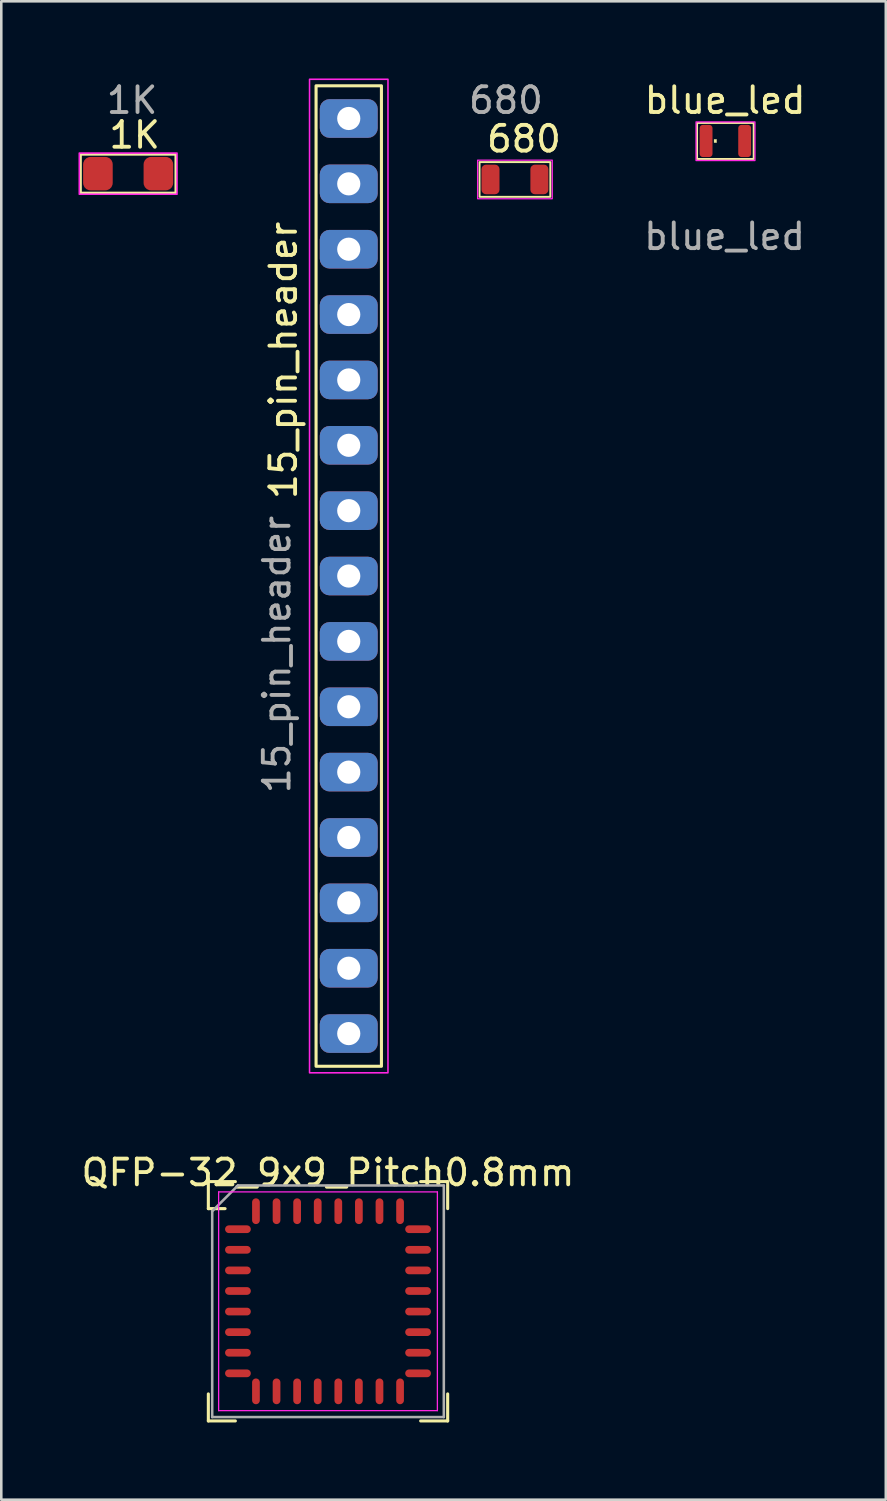
<source format=kicad_pcb>
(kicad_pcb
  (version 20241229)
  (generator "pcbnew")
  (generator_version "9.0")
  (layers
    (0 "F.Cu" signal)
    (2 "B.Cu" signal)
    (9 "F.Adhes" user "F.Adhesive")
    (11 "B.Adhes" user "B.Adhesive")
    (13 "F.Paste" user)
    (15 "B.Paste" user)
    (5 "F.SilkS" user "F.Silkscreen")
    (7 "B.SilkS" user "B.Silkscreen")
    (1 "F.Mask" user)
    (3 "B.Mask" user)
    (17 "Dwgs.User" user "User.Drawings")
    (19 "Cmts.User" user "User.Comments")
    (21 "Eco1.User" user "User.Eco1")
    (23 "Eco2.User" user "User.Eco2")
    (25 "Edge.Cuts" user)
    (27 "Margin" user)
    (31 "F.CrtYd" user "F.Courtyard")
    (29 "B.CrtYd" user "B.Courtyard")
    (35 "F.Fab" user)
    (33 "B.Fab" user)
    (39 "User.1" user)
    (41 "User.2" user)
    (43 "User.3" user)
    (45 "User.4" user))
  (footprint "680"
    (layer "F.Cu")
    (at 16.96 3.923)
    (property "Reference" "680" (at 0.35 -1.575 0) (unlocked yes) (layer "F.SilkS") (effects (font (size 1 1) (thickness 0.15))))
    (attr smd)
    (fp_rect (start 1.375 0.675) (end -1.375 -0.675) (stroke (width 0.075) (type solid)) (fill no) (layer "F.SilkS"))
    (fp_rect (start -1.45 -0.75) (end 1.45 0.75) (stroke (width 0.05) (type solid)) (fill no) (layer "F.CrtYd"))
    (fp_text user "${REFERENCE}" (at -0.35 -3.075 0) (unlocked yes) (layer "F.Fab") (effects (font (size 1 1) (thickness 0.15))))
    (pad "1" smd roundrect (at -0.95 0) (size 0.7 1.15) (layers "F.Cu" "F.Mask" "F.Paste") (roundrect_rratio 0.25))
    (pad "2" smd roundrect (at 0.95 0) (size 0.7 1.15) (layers "F.Cu" "F.Mask" "F.Paste") (roundrect_rratio 0.25)))
  (footprint "15_pin_header"
    (layer "F.Cu")
    (at 10.502 19.334)
    (property "Reference" "15_pin_header" (at -2.54 -8.382 90) (unlocked yes) (layer "F.SilkS") (effects (font (size 1 1) (thickness 0.15))))
    (attr through_hole)
    (fp_rect (start -1.27 -19.05) (end 1.27 19.05) (stroke (width 0.12) (type solid)) (fill no) (layer "F.SilkS"))
    (fp_rect (start -1.524 -19.304) (end 1.524 19.304) (stroke (width 0.06) (type solid)) (fill no) (layer "F.CrtYd"))
    (fp_text user "${REFERENCE}" (at -2.794 3.048 90) (unlocked yes) (layer "F.Fab") (effects (font (size 1 1) (thickness 0.15))))
    (pad "1" thru_hole roundrect (at 0 -17.78) (size 2.25 1.5) (drill 0.9) (layers "*.Cu" "*.Mask") (roundrect_rratio 0.25))
    (pad "2" thru_hole roundrect (at 0 -15.24) (size 2.25 1.5) (drill 0.9) (layers "*.Cu" "*.Mask") (roundrect_rratio 0.25))
    (pad "3" thru_hole roundrect (at 0 -12.7) (size 2.25 1.5) (drill 0.9) (layers "*.Cu" "*.Mask") (roundrect_rratio 0.25))
    (pad "4" thru_hole roundrect (at 0 -10.16) (size 2.25 1.5) (drill 0.9) (layers "*.Cu" "*.Mask") (roundrect_rratio 0.25))
    (pad "5" thru_hole roundrect (at 0 -7.62) (size 2.25 1.5) (drill 0.9) (layers "*.Cu" "*.Mask") (roundrect_rratio 0.25))
    (pad "6" thru_hole roundrect (at 0 -5.08) (size 2.25 1.5) (drill 0.9) (layers "*.Cu" "*.Mask") (roundrect_rratio 0.25))
    (pad "7" thru_hole roundrect (at 0 -2.54) (size 2.25 1.5) (drill 0.9) (layers "*.Cu" "*.Mask") (roundrect_rratio 0.25))
    (pad "8" thru_hole roundrect (at 0 0) (size 2.25 1.5) (drill 0.9) (layers "*.Cu" "*.Mask") (roundrect_rratio 0.25))
    (pad "9" thru_hole roundrect (at 0 2.54) (size 2.25 1.5) (drill 0.9) (layers "*.Cu" "*.Mask") (roundrect_rratio 0.25))
    (pad "10" thru_hole roundrect (at 0 5.08) (size 2.25 1.5) (drill 0.9) (layers "*.Cu" "*.Mask") (roundrect_rratio 0.25))
    (pad "11" thru_hole roundrect (at 0 7.62) (size 2.25 1.5) (drill 0.9) (layers "*.Cu" "*.Mask") (roundrect_rratio 0.25))
    (pad "12" thru_hole roundrect (at 0 10.16) (size 2.25 1.5) (drill 0.9) (layers "*.Cu" "*.Mask") (roundrect_rratio 0.25))
    (pad "13" thru_hole roundrect (at 0 12.7) (size 2.25 1.5) (drill 0.9) (layers "*.Cu" "*.Mask") (roundrect_rratio 0.25))
    (pad "14" thru_hole roundrect (at 0 15.24) (size 2.25 1.5) (drill 0.9) (layers "*.Cu" "*.Mask") (roundrect_rratio 0.25))
    (pad "15" thru_hole roundrect (at 0 17.78) (size 2.25 1.5) (drill 0.9) (layers "*.Cu" "*.Mask") (roundrect_rratio 0.25)))
  (footprint "blue_led"
    (layer "F.Cu")
    (at 25.137 2.428)
    (property "Reference" "blue_led" (at -0.01 -1.58 0) (unlocked yes) (layer "F.SilkS") (effects (font (size 1 1) (thickness 0.15))))
    (attr smd)
    (fp_rect (start -1.1 -0.7) (end 1.1 0.7) (stroke (width 0.075) (type solid)) (fill no) (layer "F.SilkS"))
    (fp_rect (start -0.44 -0.065) (end -0.34 0.065) (stroke (width 0.01) (type solid)) (fill yes) (layer "F.SilkS"))
    (fp_rect (start -1.14 -0.74) (end 1.15 0.76) (stroke (width 0.05) (type solid)) (fill no) (layer "F.CrtYd"))
    (fp_text user "${REFERENCE}" (at -0.03 3.71 0) (unlocked yes) (layer "F.Fab") (effects (font (size 1 1) (thickness 0.15))))
    (pad "1" smd roundrect (at -0.75 0) (size 0.5 1.25) (layers "F.Cu" "F.Mask" "F.Paste") (roundrect_rratio 0.25))
    (pad "2" smd roundrect (at 0.75 0) (size 0.5 1.25) (layers "F.Cu" "F.Mask" "F.Paste") (roundrect_rratio 0.25)))
  (footprint "1K"
    (layer "F.Cu")
    (at 1.93 3.698)
    (property "Reference" "1K" (at 0.25 -1.5 0) (unlocked yes) (layer "F.SilkS") (effects (font (size 1 1) (thickness 0.15))))
    (attr smd)
    (fp_rect (start -1.85 -0.75) (end 1.85 0.75) (stroke (width 0.1) (type solid)) (fill no) (layer "F.SilkS"))
    (fp_rect (start -1.9 -0.8) (end 1.9 0.8) (stroke (width 0.06) (type solid)) (fill no) (layer "F.CrtYd"))
    (fp_text user "${REFERENCE}" (at 0.15 -2.85 0) (unlocked yes) (layer "F.Fab") (effects (font (size 1 1) (thickness 0.15))))
    (pad "1" smd roundrect (at -1.175 0) (size 1.15 1.3) (layers "F.Cu" "F.Mask" "F.Paste") (roundrect_rratio 0.25))
    (pad "2" smd roundrect (at 1.175 0) (size 1.15 1.3) (layers "F.Cu" "F.Mask" "F.Paste") (roundrect_rratio 0.25)))
  (footprint "QFP-32_9x9_Pitch0.8mm"
    (layer "F.Cu")
    (at 9.696 47.516)
    (property "Reference" "QFP-32_9x9_Pitch0.8mm" (at 0 -5 0) (layer "F.SilkS") (effects (font (size 1 1) (thickness 0.15))))
    (attr through_hole)
    (fp_line (start -4.65 -4.65) (end -4.65 -3.6) (stroke (width 0.12) (type solid)) (layer "F.SilkS"))
    (fp_line (start -4.65 -3.6) (end -4 -3.6) (stroke (width 0.12) (type solid)) (layer "F.SilkS"))
    (fp_line (start -4.65 4.65) (end -4.65 3.6) (stroke (width 0.12) (type solid)) (layer "F.SilkS"))
    (fp_line (start -3.6 -4.65) (end -4.65 -4.65) (stroke (width 0.12) (type solid)) (layer "F.SilkS"))
    (fp_line (start -3.6 4.65) (end -4.65 4.65) (stroke (width 0.12) (type solid)) (layer "F.SilkS"))
    (fp_line (start 3.6 -4.65) (end 4.65 -4.65) (stroke (width 0.12) (type solid)) (layer "F.SilkS"))
    (fp_line (start 3.6 4.65) (end 4.65 4.65) (stroke (width 0.12) (type solid)) (layer "F.SilkS"))
    (fp_line (start 4.65 -4.65) (end 4.65 -3.6) (stroke (width 0.12) (type solid)) (layer "F.SilkS"))
    (fp_line (start 4.65 4.65) (end 4.65 3.6) (stroke (width 0.12) (type solid)) (layer "F.SilkS"))
    (fp_line (start -4.25 -4.25) (end 4.25 -4.25) (stroke (width 0.05) (type solid)) (layer "F.CrtYd"))
    (fp_line (start -4.25 4.25) (end -4.25 -4.25) (stroke (width 0.05) (type solid)) (layer "F.CrtYd"))
    (fp_line (start 4.25 -4.25) (end 4.25 4.25) (stroke (width 0.05) (type solid)) (layer "F.CrtYd"))
    (fp_line (start 4.25 4.25) (end -4.25 4.25) (stroke (width 0.05) (type solid)) (layer "F.CrtYd"))
    (fp_line (start -4.5 -3.5) (end -4.5 4.5) (stroke (width 0.1) (type solid)) (layer "F.Fab"))
    (fp_line (start -4.5 4.5) (end 4.5 4.5) (stroke (width 0.1) (type solid)) (layer "F.Fab"))
    (fp_line (start -3.5 -4.5) (end -4.5 -3.5) (stroke (width 0.1) (type solid)) (layer "F.Fab"))
    (fp_line (start 4.5 -4.5) (end -3.5 -4.5) (stroke (width 0.1) (type solid)) (layer "F.Fab"))
    (fp_line (start 4.5 4.5) (end 4.5 -4.5) (stroke (width 0.1) (type solid)) (layer "F.Fab"))
    (pad "1" smd oval (at -3.5 -2.8 90) (size 0.3 1) (layers "F.Cu" "F.Mask" "F.Paste"))
    (pad "2" smd oval (at -3.5 -2 90) (size 0.3 1) (layers "F.Cu" "F.Mask" "F.Paste"))
    (pad "3" smd oval (at -3.5 -1.2 90) (size 0.3 1) (layers "F.Cu" "F.Mask" "F.Paste"))
    (pad "4" smd oval (at -3.5 -0.4 90) (size 0.3 1) (layers "F.Cu" "F.Mask" "F.Paste"))
    (pad "5" smd oval (at -3.5 0.4 90) (size 0.3 1) (layers "F.Cu" "F.Mask" "F.Paste"))
    (pad "6" smd oval (at -3.5 1.2 90) (size 0.3 1) (layers "F.Cu" "F.Mask" "F.Paste"))
    (pad "7" smd oval (at -3.5 2 90) (size 0.3 1) (layers "F.Cu" "F.Mask" "F.Paste"))
    (pad "8" smd oval (at -3.5 2.8 90) (size 0.3 1) (layers "F.Cu" "F.Mask" "F.Paste"))
    (pad "9" smd oval (at -2.8 3.5) (size 0.3 1) (layers "F.Cu" "F.Mask" "F.Paste"))
    (pad "10" smd oval (at -2 3.5) (size 0.3 1) (layers "F.Cu" "F.Mask" "F.Paste"))
    (pad "11" smd oval (at -1.2 3.5) (size 0.3 1) (layers "F.Cu" "F.Mask" "F.Paste"))
    (pad "12" smd oval (at -0.4 3.5) (size 0.3 1) (layers "F.Cu" "F.Mask" "F.Paste"))
    (pad "13" smd oval (at 0.4 3.5) (size 0.3 1) (layers "F.Cu" "F.Mask" "F.Paste"))
    (pad "14" smd oval (at 1.2 3.5) (size 0.3 1) (layers "F.Cu" "F.Mask" "F.Paste"))
    (pad "15" smd oval (at 2 3.5) (size 0.3 1) (layers "F.Cu" "F.Mask" "F.Paste"))
    (pad "16" smd oval (at 2.8 3.5) (size 0.3 1) (layers "F.Cu" "F.Mask" "F.Paste"))
    (pad "17" smd oval (at 3.5 2.8 90) (size 0.3 1) (layers "F.Cu" "F.Mask" "F.Paste"))
    (pad "18" smd oval (at 3.5 2 90) (size 0.3 1) (layers "F.Cu" "F.Mask" "F.Paste"))
    (pad "19" smd oval (at 3.5 1.2 90) (size 0.3 1) (layers "F.Cu" "F.Mask" "F.Paste"))
    (pad "20" smd oval (at 3.5 0.4 90) (size 0.3 1) (layers "F.Cu" "F.Mask" "F.Paste"))
    (pad "21" smd oval (at 3.5 -0.4 90) (size 0.3 1) (layers "F.Cu" "F.Mask" "F.Paste"))
    (pad "22" smd oval (at 3.5 -1.2 90) (size 0.3 1) (layers "F.Cu" "F.Mask" "F.Paste"))
    (pad "23" smd oval (at 3.5 -2 90) (size 0.3 1) (layers "F.Cu" "F.Mask" "F.Paste"))
    (pad "24" smd oval (at 3.5 -2.8 90) (size 0.3 1) (layers "F.Cu" "F.Mask" "F.Paste"))
    (pad "25" smd oval (at 2.8 -3.5) (size 0.3 1) (layers "F.Cu" "F.Mask" "F.Paste"))
    (pad "26" smd oval (at 2 -3.5) (size 0.3 1) (layers "F.Cu" "F.Mask" "F.Paste"))
    (pad "27" smd oval (at 1.2 -3.5) (size 0.3 1) (layers "F.Cu" "F.Mask" "F.Paste"))
    (pad "28" smd oval (at 0.4 -3.5) (size 0.3 1) (layers "F.Cu" "F.Mask" "F.Paste"))
    (pad "29" smd oval (at -0.4 -3.5) (size 0.3 1) (layers "F.Cu" "F.Mask" "F.Paste"))
    (pad "30" smd oval (at -1.2 -3.5) (size 0.3 1) (layers "F.Cu" "F.Mask" "F.Paste"))
    (pad "31" smd oval (at -2 -3.5) (size 0.3 1) (layers "F.Cu" "F.Mask" "F.Paste"))
    (pad "32" smd oval (at -2.8 -3.5) (size 0.3 1) (layers "F.Cu" "F.Mask" "F.Paste")))
  (gr_rect
    (start -3 -3)
    (end 31.371 55.226)
    (stroke (width 0.1) (type default))
    (fill no)
    (layer "Edge.Cuts")))
</source>
